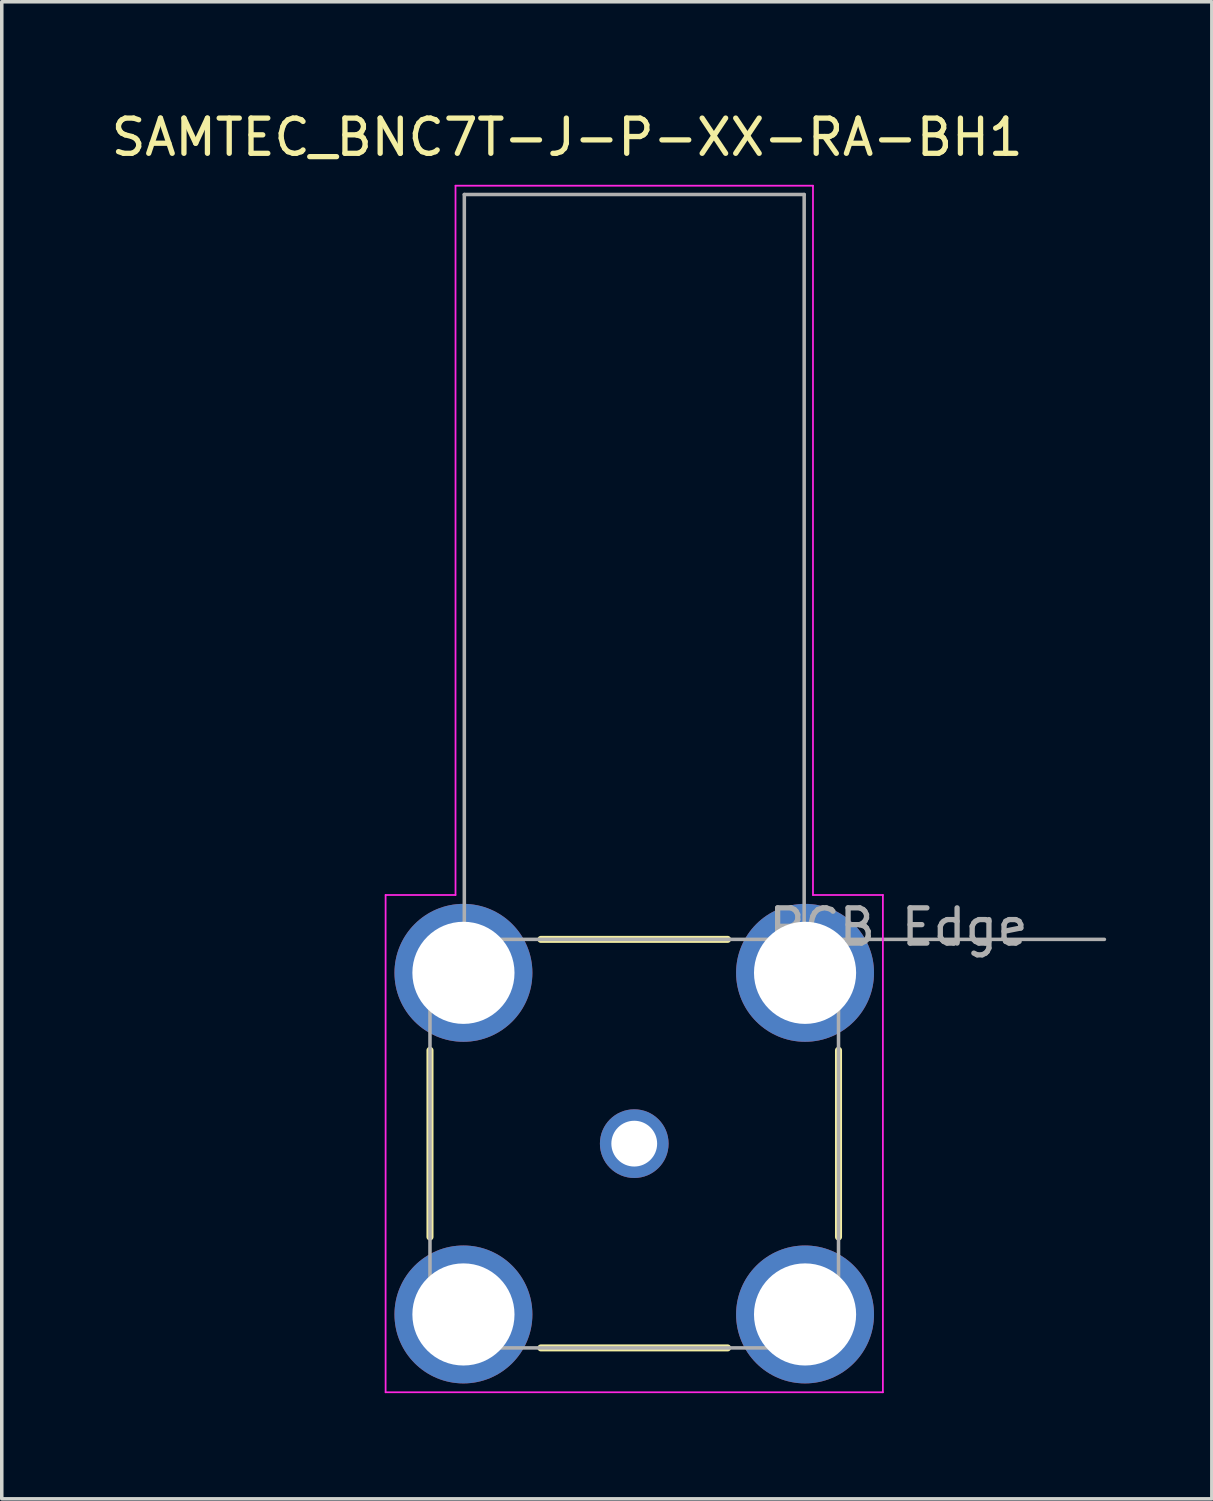
<source format=kicad_pcb>
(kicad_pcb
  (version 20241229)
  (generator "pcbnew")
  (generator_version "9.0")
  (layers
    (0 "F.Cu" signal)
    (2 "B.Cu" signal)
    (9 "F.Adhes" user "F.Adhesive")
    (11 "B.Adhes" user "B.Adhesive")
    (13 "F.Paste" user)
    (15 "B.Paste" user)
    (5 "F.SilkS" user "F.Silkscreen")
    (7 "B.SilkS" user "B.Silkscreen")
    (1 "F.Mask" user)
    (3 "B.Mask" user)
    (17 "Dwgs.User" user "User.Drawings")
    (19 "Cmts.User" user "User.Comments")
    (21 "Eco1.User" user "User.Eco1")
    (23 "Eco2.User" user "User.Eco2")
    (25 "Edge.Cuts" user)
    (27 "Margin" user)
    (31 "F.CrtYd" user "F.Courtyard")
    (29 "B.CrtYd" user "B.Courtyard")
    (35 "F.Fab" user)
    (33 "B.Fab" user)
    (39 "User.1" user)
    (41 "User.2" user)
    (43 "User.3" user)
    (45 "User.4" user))
  (footprint "SAMTEC_BNC7T-J-P-XX-RA-BH1"
    (layer "F.Cu")
    (at 14.959 29.423)
    (property "Reference" "SAMTEC_BNC7T-J-P-XX-RA-BH1" (at -1.905 -28.575 0) (layer "F.SilkS") (effects (font (size 1 1) (thickness 0.15))))
    (attr through_hole)
    (fp_line (start -5.8 -2.65) (end -5.8 2.65) (stroke (width 0.2) (type solid)) (layer "F.SilkS"))
    (fp_line (start -2.65 -5.8) (end 2.65 -5.8) (stroke (width 0.2) (type solid)) (layer "F.SilkS"))
    (fp_line (start -2.65 5.8) (end 2.65 5.8) (stroke (width 0.2) (type solid)) (layer "F.SilkS"))
    (fp_line (start 5.8 2.65) (end 5.8 -2.65) (stroke (width 0.2) (type solid)) (layer "F.SilkS"))
    (fp_line (start -7.06 -7.06) (end -7.06 7.06) (stroke (width 0.05) (type solid)) (layer "F.CrtYd"))
    (fp_line (start -7.06 7.06) (end 7.06 7.06) (stroke (width 0.05) (type solid)) (layer "F.CrtYd"))
    (fp_line (start -5.075 -27.2) (end -5.075 -7.06) (stroke (width 0.05) (type solid)) (layer "F.CrtYd"))
    (fp_line (start -5.075 -7.06) (end -7.06 -7.06) (stroke (width 0.05) (type solid)) (layer "F.CrtYd"))
    (fp_line (start 5.075 -27.2) (end -5.075 -27.2) (stroke (width 0.05) (type solid)) (layer "F.CrtYd"))
    (fp_line (start 5.075 -7.06) (end 5.075 -27.2) (stroke (width 0.05) (type solid)) (layer "F.CrtYd"))
    (fp_line (start 7.06 -7.06) (end 5.075 -7.06) (stroke (width 0.05) (type solid)) (layer "F.CrtYd"))
    (fp_line (start 7.06 7.06) (end 7.06 -7.06) (stroke (width 0.05) (type solid)) (layer "F.CrtYd"))
    (fp_line (start -5.8 -5.8) (end -4.825 -5.8) (stroke (width 0.1) (type solid)) (layer "F.Fab"))
    (fp_line (start -5.8 5.8) (end -5.8 -5.8) (stroke (width 0.1) (type solid)) (layer "F.Fab"))
    (fp_line (start -4.825 -26.95) (end 4.825 -26.95) (stroke (width 0.1) (type solid)) (layer "F.Fab"))
    (fp_line (start -4.825 -5.8) (end -4.825 -26.95) (stroke (width 0.1) (type solid)) (layer "F.Fab"))
    (fp_line (start -4.825 -5.8) (end 4.825 -5.8) (stroke (width 0.1) (type solid)) (layer "F.Fab"))
    (fp_line (start 4.825 -26.95) (end 4.825 -5.8) (stroke (width 0.1) (type solid)) (layer "F.Fab"))
    (fp_line (start 4.825 -5.8) (end 5.8 -5.8) (stroke (width 0.1) (type solid)) (layer "F.Fab"))
    (fp_line (start 5.8 -5.8) (end 5.8 5.8) (stroke (width 0.1) (type solid)) (layer "F.Fab"))
    (fp_line (start 5.8 -5.8) (end 13.35 -5.8) (stroke (width 0.1) (type solid)) (layer "F.Fab"))
    (fp_line (start 5.8 5.8) (end -5.8 5.8) (stroke (width 0.1) (type solid)) (layer "F.Fab"))
    (fp_text user "PCB Edge" (at 7.5 -6.15 0) (layer "F.Fab") (effects (font (size 1 1) (thickness 0.15))))
    (pad "1" thru_hole circle (at 0 0) (size 1.95 1.95) (drill 1.3) (layers "*.Cu" "*.Mask"))
    (pad "S1" thru_hole circle (at -4.85 -4.85) (size 3.916 3.916) (drill 2.9) (layers "*.Cu" "*.Mask"))
    (pad "S2" thru_hole circle (at 4.85 -4.85) (size 3.916 3.916) (drill 2.9) (layers "*.Cu" "*.Mask"))
    (pad "S3" thru_hole circle (at 4.85 4.85) (size 3.916 3.916) (drill 2.9) (layers "*.Cu" "*.Mask"))
    (pad "S4" thru_hole circle (at -4.85 4.85) (size 3.916 3.916) (drill 2.9) (layers "*.Cu" "*.Mask")))
  (gr_rect
    (start -3 -3)
    (end 31.359 39.508)
    (stroke (width 0.1) (type default))
    (fill no)
    (layer "Edge.Cuts")))
</source>
